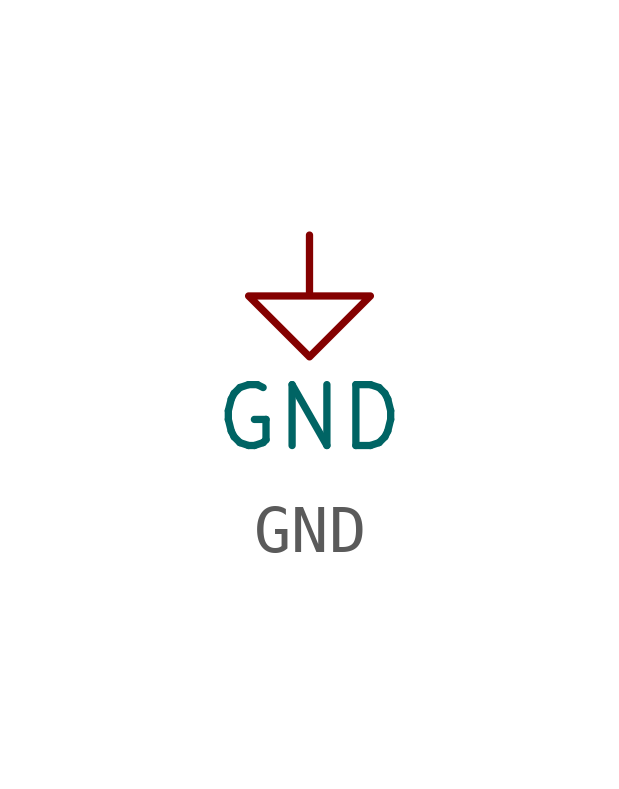
<source format=kicad_sym>
(kicad_symbol_lib
  (version 20211014)
  (generator kicad_symbol_editor)
  (symbol "GND"
    (power)
    (pin_names
      (offset 0))
    (property "Reference" "#PWR"
      (at 0 -6.35 0)
      (effects (font (size 1.27 1.27)) hide))
    (property "Value" "GND"
      (at 0 -3.81 0)
      (effects (font (size 1.27 1.27))))
    (symbol "GND_0_1"
      (polyline (pts (xy 0 0) (xy 0 -1.27) (xy 1.27 -1.27) (xy 0 -2.54) (xy -1.27 -1.27) (xy 0 -1.27)) (stroke (width 0) (type default) (color 0 0 0 0)) (fill (type none))))
    (symbol "GND_1_1"
      (pin power_out line (at 0 0 270) (length 0) hide (name "GND" (effects (font (size 1.27 1.27)))) (number "1" (effects (font (size 1.27 1.27))))))))
</source>
